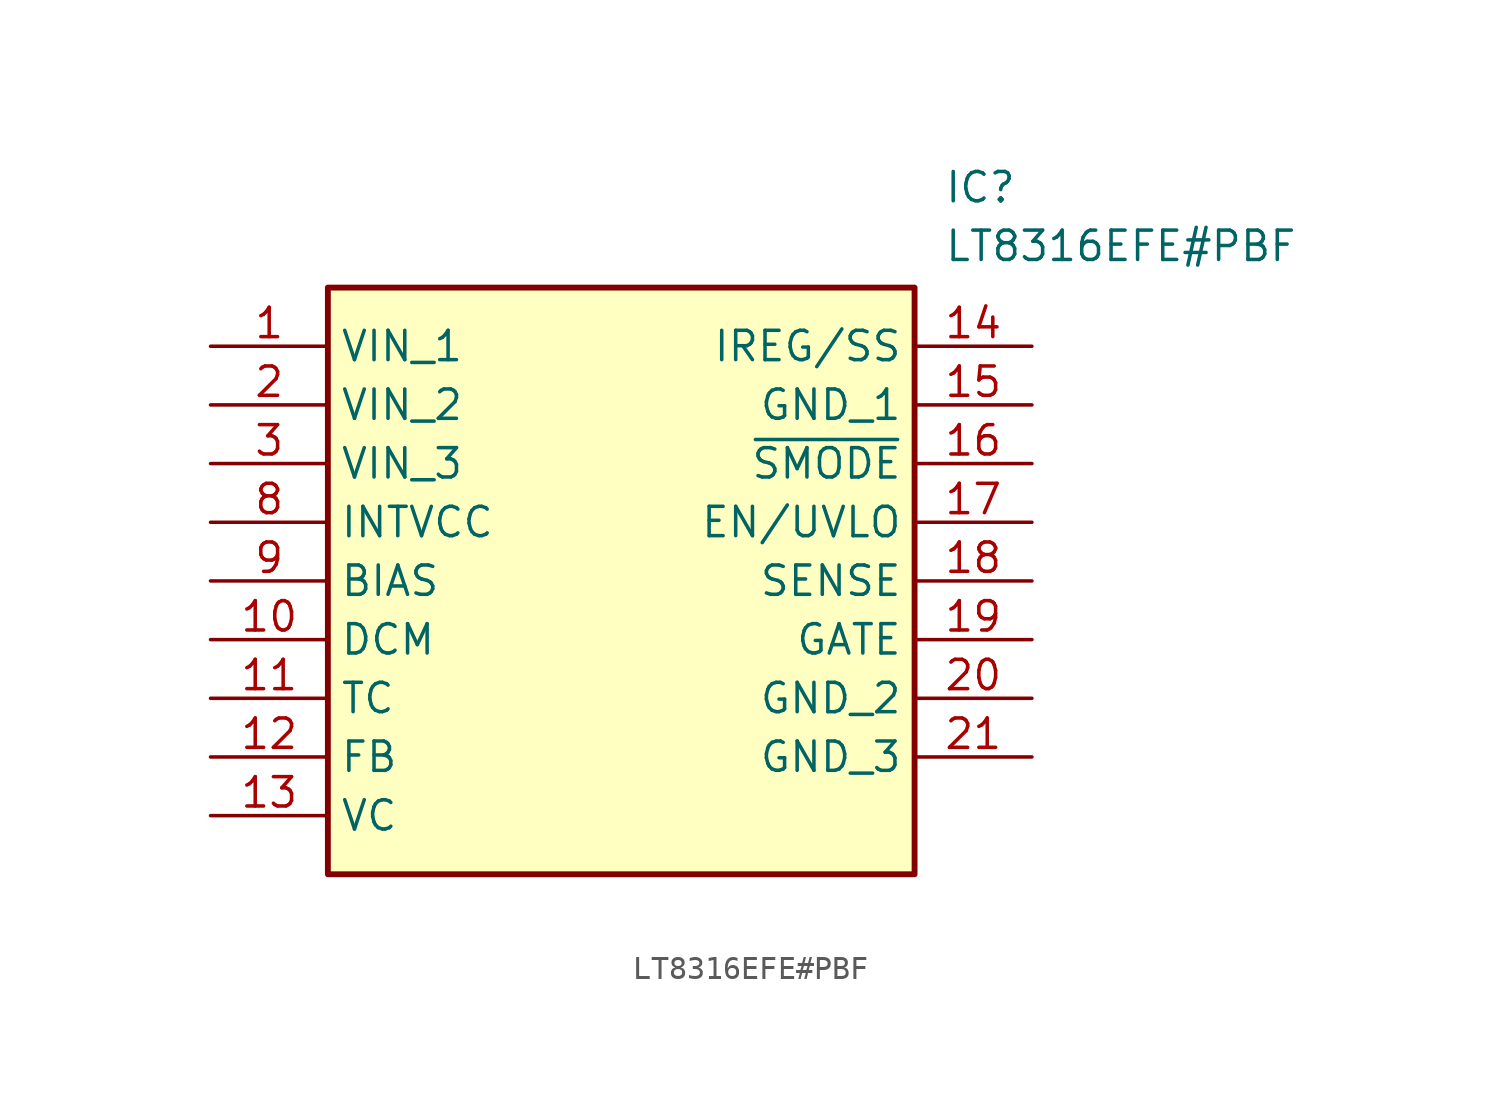
<source format=kicad_sym>
(kicad_symbol_lib
  (version 20211014)
  (generator SamacSys_ECAD_Model)
  (symbol "LT8316EFE#PBF"
    (property "Reference" "IC"
      (at 31.75 7.62 0)
      (effects (font (size 1.27 1.27)) (justify left top)))
    (property "Value" "LT8316EFE#PBF"
      (at 31.75 5.08 0)
      (effects (font (size 1.27 1.27)) (justify left top)))
    (rectangle
      (start 5.08 2.54)
      (end 30.48 -22.86)
      (stroke (width 0.254) (type default))
      (fill (type background)))
    (pin passive line
      (at 0 0 0)
      (length 5.08)
      (name "VIN_1" (effects (font (size 1.27 1.27))))
      (number "1" (effects (font (size 1.27 1.27)))))
    (pin passive line
      (at 0 -2.54 0)
      (length 5.08)
      (name "VIN_2" (effects (font (size 1.27 1.27))))
      (number "2" (effects (font (size 1.27 1.27)))))
    (pin passive line
      (at 0 -5.08 0)
      (length 5.08)
      (name "VIN_3" (effects (font (size 1.27 1.27))))
      (number "3" (effects (font (size 1.27 1.27)))))
    (pin passive line
      (at 0 -7.62 0)
      (length 5.08)
      (name "INTVCC" (effects (font (size 1.27 1.27))))
      (number "8" (effects (font (size 1.27 1.27)))))
    (pin passive line
      (at 0 -10.16 0)
      (length 5.08)
      (name "BIAS" (effects (font (size 1.27 1.27))))
      (number "9" (effects (font (size 1.27 1.27)))))
    (pin passive line
      (at 0 -12.7 0)
      (length 5.08)
      (name "DCM" (effects (font (size 1.27 1.27))))
      (number "10" (effects (font (size 1.27 1.27)))))
    (pin passive line
      (at 0 -15.24 0)
      (length 5.08)
      (name "TC" (effects (font (size 1.27 1.27))))
      (number "11" (effects (font (size 1.27 1.27)))))
    (pin passive line
      (at 0 -17.78 0)
      (length 5.08)
      (name "FB" (effects (font (size 1.27 1.27))))
      (number "12" (effects (font (size 1.27 1.27)))))
    (pin passive line
      (at 0 -20.32 0)
      (length 5.08)
      (name "VC" (effects (font (size 1.27 1.27))))
      (number "13" (effects (font (size 1.27 1.27)))))
    (pin passive line
      (at 35.56 0 180)
      (length 5.08)
      (name "IREG/SS" (effects (font (size 1.27 1.27))))
      (number "14" (effects (font (size 1.27 1.27)))))
    (pin passive line
      (at 35.56 -2.54 180)
      (length 5.08)
      (name "GND_1" (effects (font (size 1.27 1.27))))
      (number "15" (effects (font (size 1.27 1.27)))))
    (pin passive line
      (at 35.56 -5.08 180)
      (length 5.08)
      (name "~{SMODE}" (effects (font (size 1.27 1.27))))
      (number "16" (effects (font (size 1.27 1.27)))))
    (pin passive line
      (at 35.56 -7.62 180)
      (length 5.08)
      (name "EN/UVLO" (effects (font (size 1.27 1.27))))
      (number "17" (effects (font (size 1.27 1.27)))))
    (pin passive line
      (at 35.56 -10.16 180)
      (length 5.08)
      (name "SENSE" (effects (font (size 1.27 1.27))))
      (number "18" (effects (font (size 1.27 1.27)))))
    (pin passive line
      (at 35.56 -12.7 180)
      (length 5.08)
      (name "GATE" (effects (font (size 1.27 1.27))))
      (number "19" (effects (font (size 1.27 1.27)))))
    (pin passive line
      (at 35.56 -15.24 180)
      (length 5.08)
      (name "GND_2" (effects (font (size 1.27 1.27))))
      (number "20" (effects (font (size 1.27 1.27)))))
    (pin passive line
      (at 35.56 -17.78 180)
      (length 5.08)
      (name "GND_3" (effects (font (size 1.27 1.27))))
      (number "21" (effects (font (size 1.27 1.27)))))))
</source>
